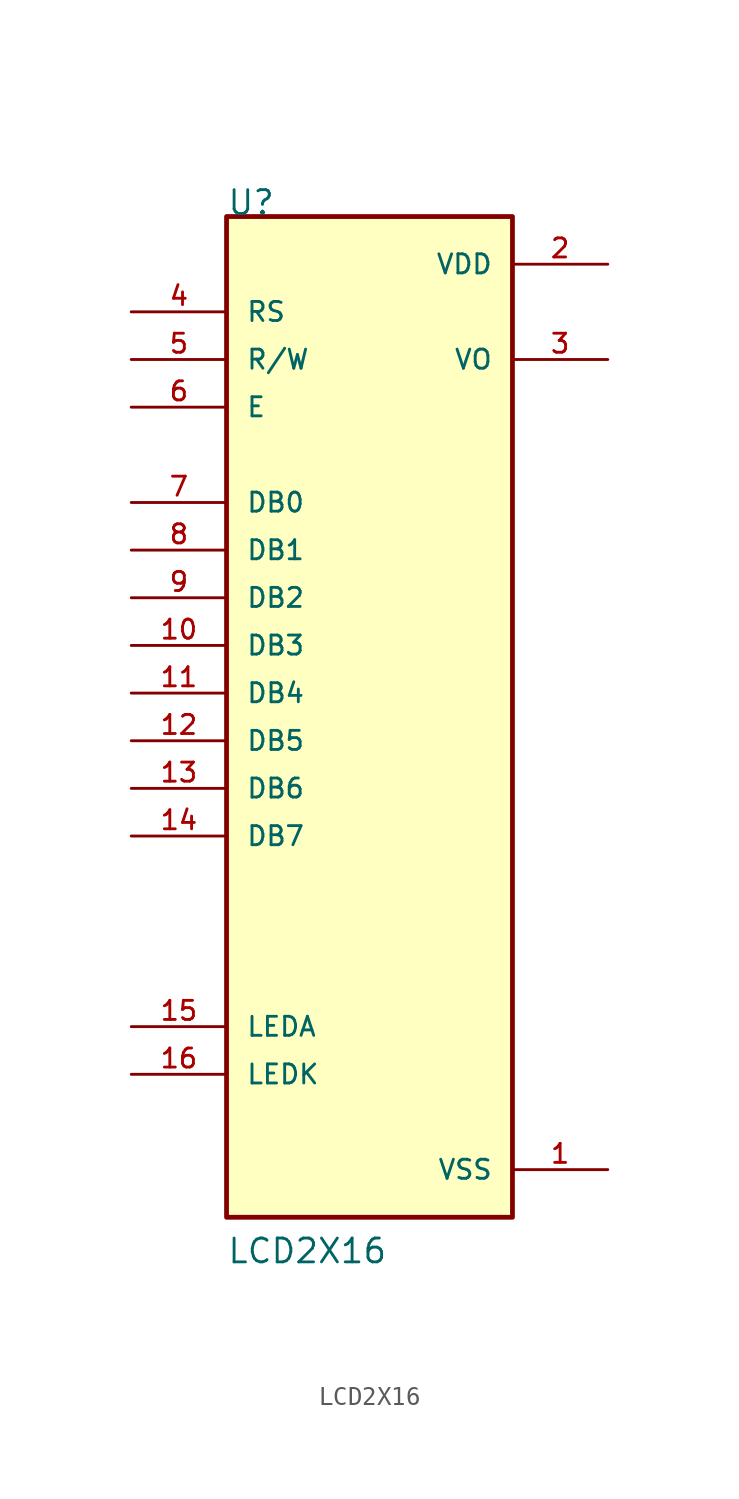
<source format=kicad_sym>
(kicad_symbol_lib
  (version 20211014)
  (generator kicad_symbol_editor)
  (symbol "LCD2X16"
    (pin_names
      (offset 1.016))
    (property "Reference" "U"
      (at -7.62 25.4 0)
      (effects (font (size 1.27 1.27)) (justify bottom left)))
    (property "Value" "LCD2X16"
      (at -7.62 -30.48 0)
      (effects (font (size 1.27 1.27)) (justify bottom left)))
    (symbol "LCD2X16_0_0"
      (rectangle (start -7.62 -27.94) (end 7.62 25.4) (stroke (width 0.254)) (fill (type background)))
      (pin power_in line (at 12.7 -25.4 180.0) (length 5.08) (name "VSS" (effects (font (size 1.016 1.016)))) (number "1" (effects (font (size 1.016 1.016)))))
      (pin power_in line (at 12.7 22.86 180.0) (length 5.08) (name "VDD" (effects (font (size 1.016 1.016)))) (number "2" (effects (font (size 1.016 1.016)))))
      (pin input line (at -12.7 20.32 0) (length 5.08) (name "RS" (effects (font (size 1.016 1.016)))) (number "4" (effects (font (size 1.016 1.016)))))
      (pin input line (at -12.7 17.78 0) (length 5.08) (name "R/W" (effects (font (size 1.016 1.016)))) (number "5" (effects (font (size 1.016 1.016)))))
      (pin input line (at -12.7 15.24 0) (length 5.08) (name "E" (effects (font (size 1.016 1.016)))) (number "6" (effects (font (size 1.016 1.016)))))
      (pin bidirectional line (at -12.7 10.16 0) (length 5.08) (name "DB0" (effects (font (size 1.016 1.016)))) (number "7" (effects (font (size 1.016 1.016)))))
      (pin bidirectional line (at -12.7 7.62 0) (length 5.08) (name "DB1" (effects (font (size 1.016 1.016)))) (number "8" (effects (font (size 1.016 1.016)))))
      (pin bidirectional line (at -12.7 5.08 0) (length 5.08) (name "DB2" (effects (font (size 1.016 1.016)))) (number "9" (effects (font (size 1.016 1.016)))))
      (pin bidirectional line (at -12.7 2.54 0) (length 5.08) (name "DB3" (effects (font (size 1.016 1.016)))) (number "10" (effects (font (size 1.016 1.016)))))
      (pin bidirectional line (at -12.7 0.0 0) (length 5.08) (name "DB4" (effects (font (size 1.016 1.016)))) (number "11" (effects (font (size 1.016 1.016)))))
      (pin bidirectional line (at -12.7 -2.54 0) (length 5.08) (name "DB5" (effects (font (size 1.016 1.016)))) (number "12" (effects (font (size 1.016 1.016)))))
      (pin bidirectional line (at -12.7 -5.08 0) (length 5.08) (name "DB6" (effects (font (size 1.016 1.016)))) (number "13" (effects (font (size 1.016 1.016)))))
      (pin bidirectional line (at -12.7 -7.62 0) (length 5.08) (name "DB7" (effects (font (size 1.016 1.016)))) (number "14" (effects (font (size 1.016 1.016)))))
      (pin passive line (at -12.7 -20.32 0) (length 5.08) (name "LEDK" (effects (font (size 1.016 1.016)))) (number "16" (effects (font (size 1.016 1.016)))))
      (pin passive line (at 12.7 17.78 180.0) (length 5.08) (name "VO" (effects (font (size 1.016 1.016)))) (number "3" (effects (font (size 1.016 1.016)))))
      (pin passive line (at -12.7 -17.78 0) (length 5.08) (name "LEDA" (effects (font (size 1.016 1.016)))) (number "15" (effects (font (size 1.016 1.016))))))))
</source>
